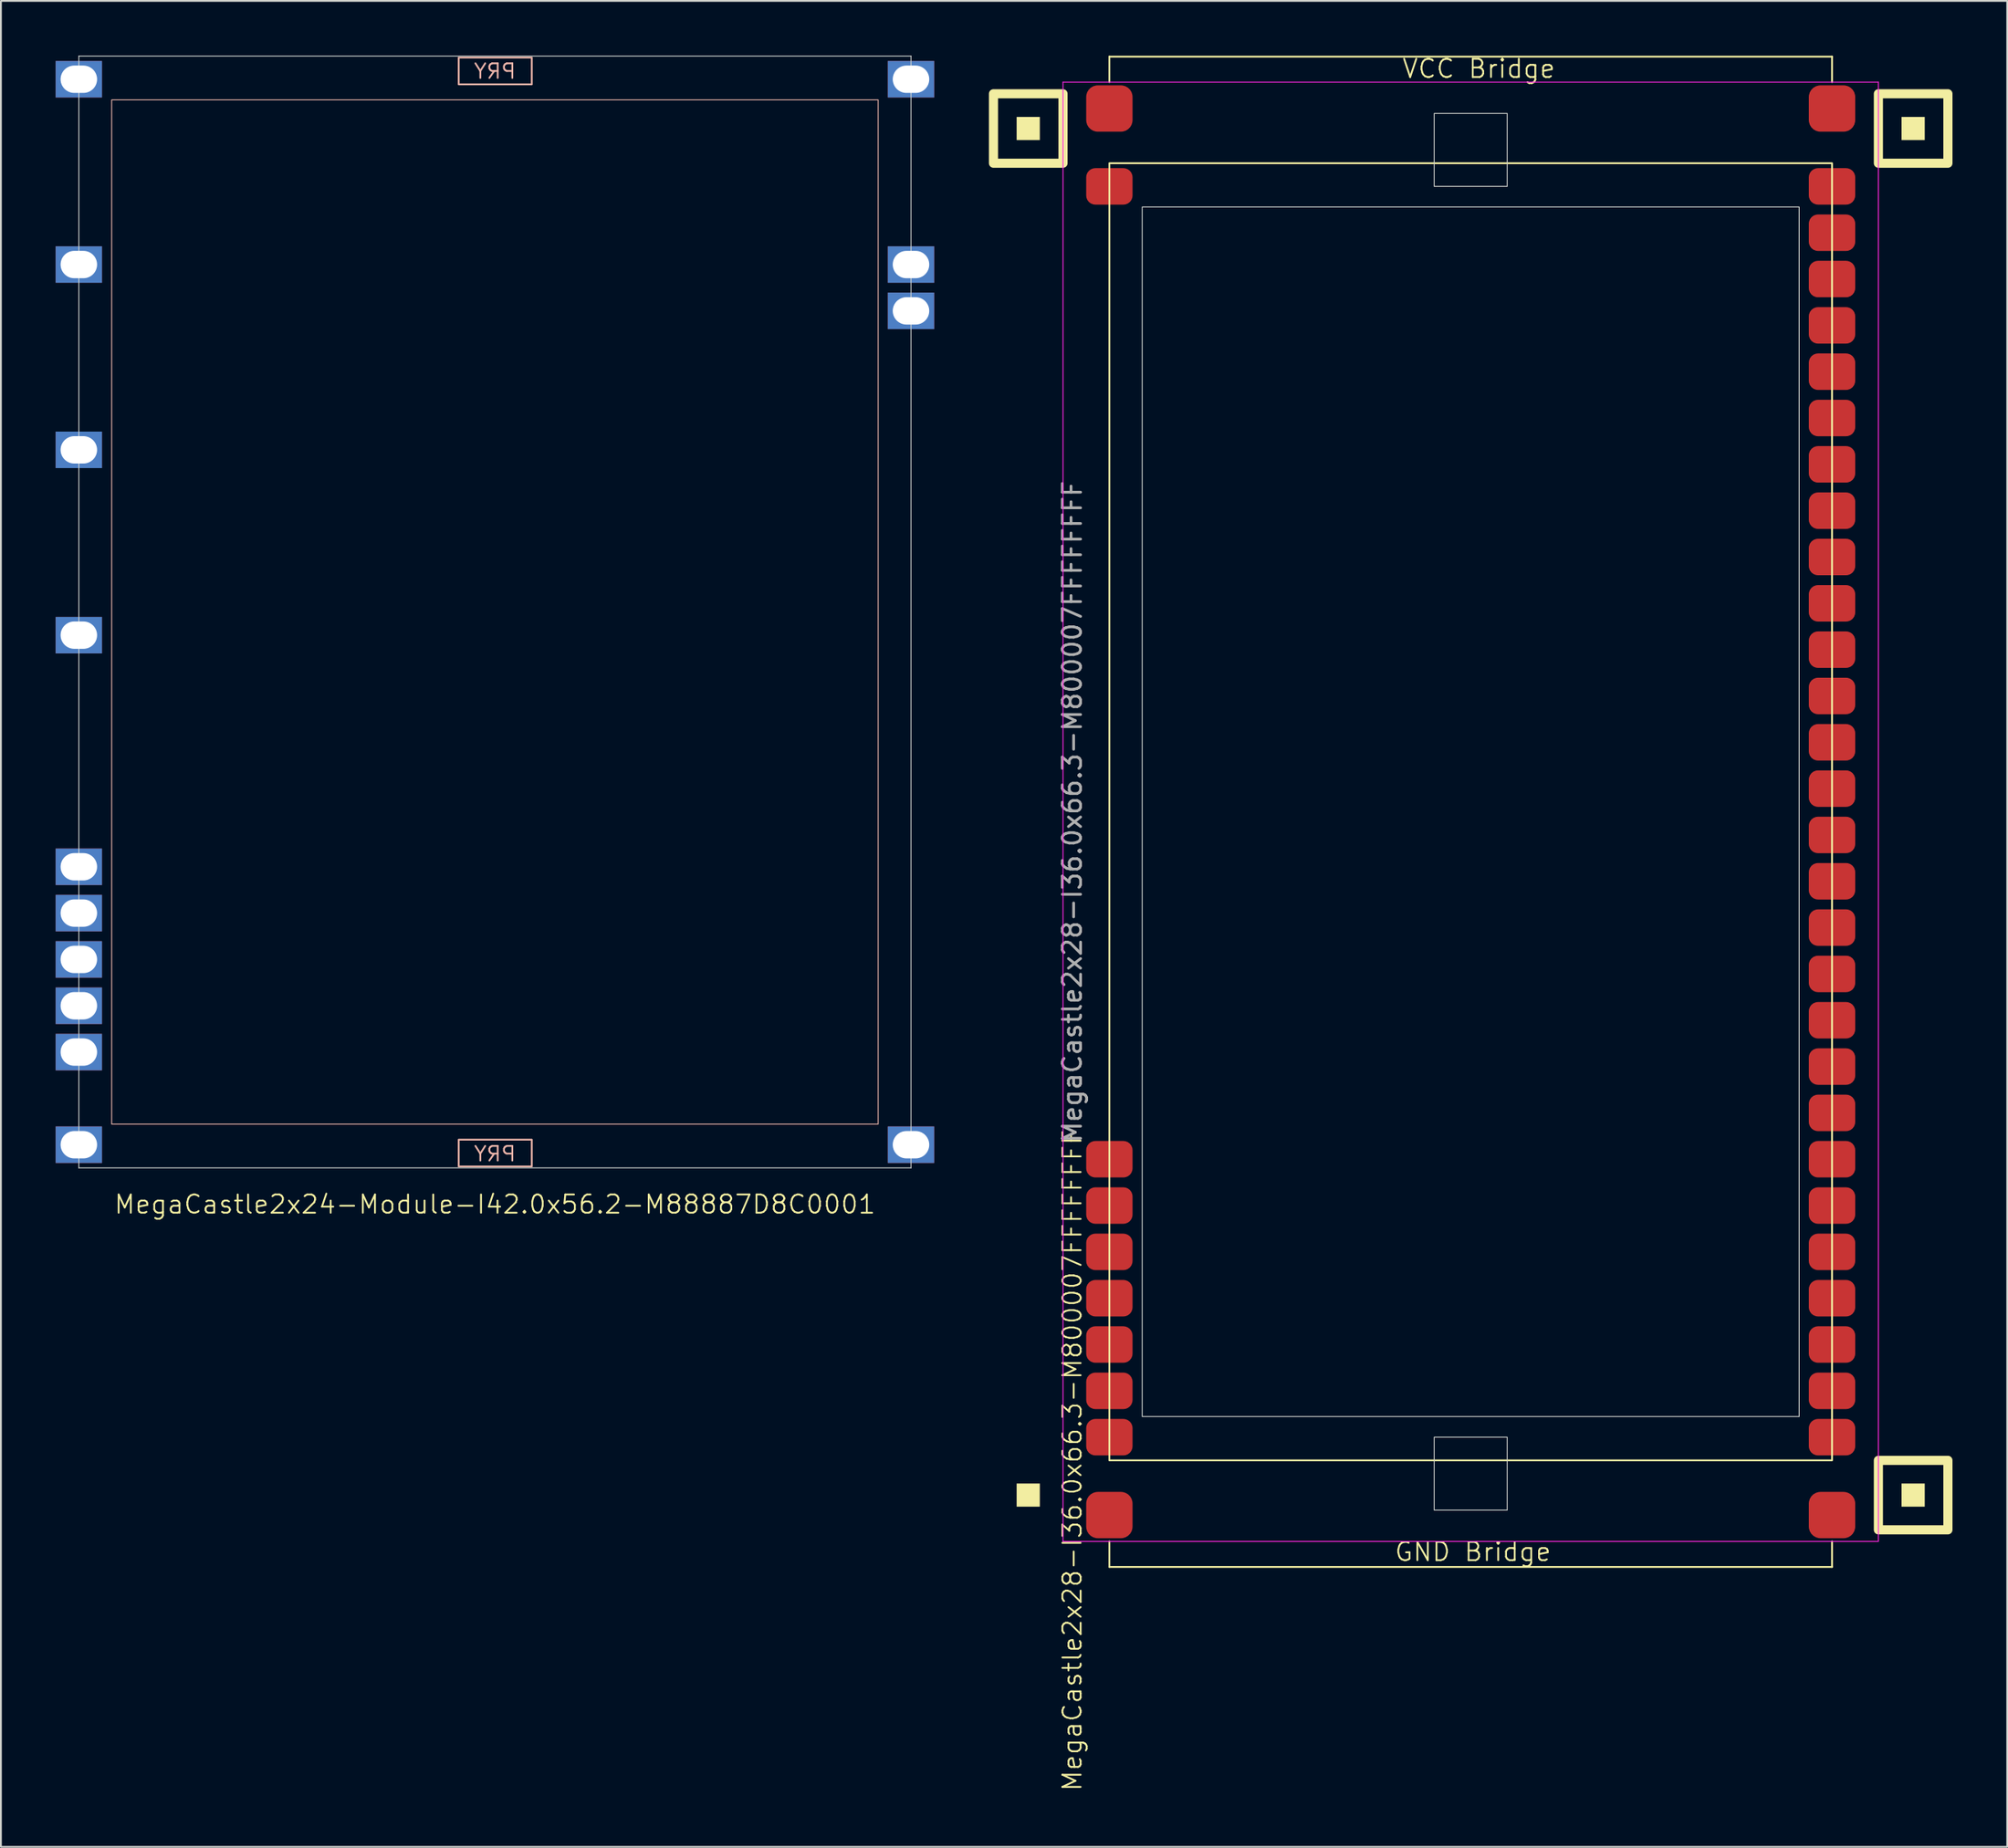
<source format=kicad_pcb>
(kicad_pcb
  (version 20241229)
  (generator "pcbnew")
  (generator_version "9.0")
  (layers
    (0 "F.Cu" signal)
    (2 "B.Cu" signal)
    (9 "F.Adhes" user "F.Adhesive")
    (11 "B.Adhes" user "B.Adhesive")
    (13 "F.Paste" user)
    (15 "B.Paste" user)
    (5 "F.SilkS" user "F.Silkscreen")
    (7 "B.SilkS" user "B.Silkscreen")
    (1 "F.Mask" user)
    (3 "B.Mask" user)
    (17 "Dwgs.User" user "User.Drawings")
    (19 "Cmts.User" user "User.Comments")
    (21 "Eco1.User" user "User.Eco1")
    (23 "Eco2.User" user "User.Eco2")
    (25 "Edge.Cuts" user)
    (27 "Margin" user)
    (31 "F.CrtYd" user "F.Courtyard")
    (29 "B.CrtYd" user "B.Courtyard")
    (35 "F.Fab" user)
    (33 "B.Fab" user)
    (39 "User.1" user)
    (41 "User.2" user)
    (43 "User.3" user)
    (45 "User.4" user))
  (footprint "MegaCastle2x28-I36.0x66.3-M800007FFFFFFFF"
    (layer "F.Cu")
    (at 77.54 41.46)
    (property "Reference" "MegaCastle2x28-I36.0x66.3-M800007FFFFFFFF" (at -21.832 35.56 90) (unlocked yes) (layer "F.SilkS") (effects (font (size 1 1) (thickness 0.1))))
    (attr smd)
    (fp_line (start -19.8 -41.405) (end 19.8 -41.405) (stroke (width 0.1) (type default)) (layer "F.SilkS"))
    (fp_line (start -19.8 -40.005) (end -19.8 -41.405) (stroke (width 0.1) (type default)) (layer "F.SilkS"))
    (fp_line (start -19.8 40.005) (end -19.8 41.405) (stroke (width 0.1) (type default)) (layer "F.SilkS"))
    (fp_line (start -19.8 41.405) (end 19.8 41.405) (stroke (width 0.1) (type default)) (layer "F.SilkS"))
    (fp_line (start 19.8 -40.005) (end 19.8 -41.405) (stroke (width 0.1) (type default)) (layer "F.SilkS"))
    (fp_line (start 19.8 40.005) (end 19.8 41.405) (stroke (width 0.1) (type default)) (layer "F.SilkS"))
    (fp_rect (start -23.61 -36.83) (end -24.88 -38.1) (stroke (width 0) (type solid)) (fill yes) (layer "F.SilkS"))
    (fp_rect (start -23.61 38.1) (end -24.88 36.83) (stroke (width 0) (type solid)) (fill yes) (layer "F.SilkS"))
    (fp_rect (start -22.34 -35.56) (end -26.15 -39.37) (stroke (width 0.5) (type default)) (fill no) (layer "F.SilkS"))
    (fp_rect (start -19.8 -35.56) (end 19.8 35.56) (stroke (width 0.1) (type default)) (fill no) (layer "F.SilkS"))
    (fp_rect (start 24.88 -36.83) (end 23.61 -38.1) (stroke (width 0) (type solid)) (fill yes) (layer "F.SilkS"))
    (fp_rect (start 24.88 38.1) (end 23.61 36.83) (stroke (width 0) (type solid)) (fill yes) (layer "F.SilkS"))
    (fp_rect (start 26.15 -35.56) (end 22.34 -39.37) (stroke (width 0.5) (type default)) (fill no) (layer "F.SilkS"))
    (fp_rect (start 26.15 39.37) (end 22.34 35.56) (stroke (width 0.5) (type default)) (fill no) (layer "F.SilkS"))
    (fp_rect (start -18 -33.16) (end 18 33.16) (stroke (width 0.05) (type default)) (fill no) (layer "Edge.Cuts"))
    (fp_rect (start -2 -34.29) (end 2 -38.29) (stroke (width 0.05) (type default)) (fill no) (layer "Edge.Cuts"))
    (fp_rect (start -2 34.29) (end 2 38.29) (stroke (width 0.05) (type default)) (fill no) (layer "Edge.Cuts"))
    (fp_line (start -22.34 -40.005) (end -22.34 40.005) (stroke (width 0.05) (type default)) (layer "F.CrtYd"))
    (fp_line (start -22.34 40.005) (end 22.34 40.005) (stroke (width 0.05) (type default)) (layer "F.CrtYd"))
    (fp_line (start 22.34 -40.005) (end -22.34 -40.005) (stroke (width 0.05) (type default)) (layer "F.CrtYd"))
    (fp_line (start 22.34 -40.005) (end 22.34 40.005) (stroke (width 0.05) (type default)) (layer "F.CrtYd"))
    (fp_text user "VCC Bridge" (at -3.81 -40.16 0) (unlocked yes) (layer "F.SilkS") (effects (font (size 1 1) (thickness 0.1)) (justify left bottom)))
    (fp_text user "GND Bridge" (at -4.226 41.16 0) (unlocked yes) (layer "F.SilkS") (effects (font (size 1 1) (thickness 0.1)) (justify left bottom)))
    (fp_text user "${REFERENCE}" (at -21.832 0 90) (unlocked yes) (layer "F.Fab") (effects (font (size 1 1) (thickness 0.15))))
    (pad "1" smd roundrect (at -19.8 -34.29) (size 2.54 2) (layers "F.Cu" "F.Mask" "F.Paste") (roundrect_rratio 0.25))
    (pad "22" smd roundrect (at -19.8 19.05) (size 2.54 2) (layers "F.Cu" "F.Mask" "F.Paste") (roundrect_rratio 0.25))
    (pad "23" smd roundrect (at -19.8 21.59) (size 2.54 2) (layers "F.Cu" "F.Mask" "F.Paste") (roundrect_rratio 0.25))
    (pad "24" smd roundrect (at -19.8 24.13) (size 2.54 2) (layers "F.Cu" "F.Mask" "F.Paste") (roundrect_rratio 0.25))
    (pad "25" smd roundrect (at -19.8 26.67) (size 2.54 2) (layers "F.Cu" "F.Mask" "F.Paste") (roundrect_rratio 0.25))
    (pad "26" smd roundrect (at -19.8 29.21) (size 2.54 2) (layers "F.Cu" "F.Mask" "F.Paste") (roundrect_rratio 0.25))
    (pad "27" smd roundrect (at -19.8 31.75) (size 2.54 2) (layers "F.Cu" "F.Mask" "F.Paste") (roundrect_rratio 0.25))
    (pad "28" smd roundrect (at -19.8 34.29) (size 2.54 2) (layers "F.Cu" "F.Mask" "F.Paste") (roundrect_rratio 0.25))
    (pad "29" smd roundrect (at 19.8 -34.29) (size 2.54 2) (layers "F.Cu" "F.Mask" "F.Paste") (roundrect_rratio 0.25))
    (pad "30" smd roundrect (at 19.8 -31.75) (size 2.54 2) (layers "F.Cu" "F.Mask" "F.Paste") (roundrect_rratio 0.25))
    (pad "31" smd roundrect (at 19.8 -29.21) (size 2.54 2) (layers "F.Cu" "F.Mask" "F.Paste") (roundrect_rratio 0.25))
    (pad "32" smd roundrect (at 19.8 -26.67) (size 2.54 2) (layers "F.Cu" "F.Mask" "F.Paste") (roundrect_rratio 0.25))
    (pad "33" smd roundrect (at 19.8 -24.13) (size 2.54 2) (layers "F.Cu" "F.Mask" "F.Paste") (roundrect_rratio 0.25))
    (pad "34" smd roundrect (at 19.8 -21.59) (size 2.54 2) (layers "F.Cu" "F.Mask" "F.Paste") (roundrect_rratio 0.25))
    (pad "35" smd roundrect (at 19.8 -19.05) (size 2.54 2) (layers "F.Cu" "F.Mask" "F.Paste") (roundrect_rratio 0.25))
    (pad "36" smd roundrect (at 19.8 -16.51) (size 2.54 2) (layers "F.Cu" "F.Mask" "F.Paste") (roundrect_rratio 0.25))
    (pad "37" smd roundrect (at 19.8 -13.97) (size 2.54 2) (layers "F.Cu" "F.Mask" "F.Paste") (roundrect_rratio 0.25))
    (pad "38" smd roundrect (at 19.8 -11.43) (size 2.54 2) (layers "F.Cu" "F.Mask" "F.Paste") (roundrect_rratio 0.25))
    (pad "39" smd roundrect (at 19.8 -8.89) (size 2.54 2) (layers "F.Cu" "F.Mask" "F.Paste") (roundrect_rratio 0.25))
    (pad "40" smd roundrect (at 19.8 -6.35) (size 2.54 2) (layers "F.Cu" "F.Mask" "F.Paste") (roundrect_rratio 0.25))
    (pad "41" smd roundrect (at 19.8 -3.81) (size 2.54 2) (layers "F.Cu" "F.Mask" "F.Paste") (roundrect_rratio 0.25))
    (pad "42" smd roundrect (at 19.8 -1.27) (size 2.54 2) (layers "F.Cu" "F.Mask" "F.Paste") (roundrect_rratio 0.25))
    (pad "43" smd roundrect (at 19.8 1.27) (size 2.54 2) (layers "F.Cu" "F.Mask" "F.Paste") (roundrect_rratio 0.25))
    (pad "44" smd roundrect (at 19.8 3.81) (size 2.54 2) (layers "F.Cu" "F.Mask" "F.Paste") (roundrect_rratio 0.25))
    (pad "45" smd roundrect (at 19.8 6.35) (size 2.54 2) (layers "F.Cu" "F.Mask" "F.Paste") (roundrect_rratio 0.25))
    (pad "46" smd roundrect (at 19.8 8.89) (size 2.54 2) (layers "F.Cu" "F.Mask" "F.Paste") (roundrect_rratio 0.25))
    (pad "47" smd roundrect (at 19.8 11.43) (size 2.54 2) (layers "F.Cu" "F.Mask" "F.Paste") (roundrect_rratio 0.25))
    (pad "48" smd roundrect (at 19.8 13.97) (size 2.54 2) (layers "F.Cu" "F.Mask" "F.Paste") (roundrect_rratio 0.25))
    (pad "49" smd roundrect (at 19.8 16.51) (size 2.54 2) (layers "F.Cu" "F.Mask" "F.Paste") (roundrect_rratio 0.25))
    (pad "50" smd roundrect (at 19.8 19.05) (size 2.54 2) (layers "F.Cu" "F.Mask" "F.Paste") (roundrect_rratio 0.25))
    (pad "51" smd roundrect (at 19.8 21.59) (size 2.54 2) (layers "F.Cu" "F.Mask" "F.Paste") (roundrect_rratio 0.25))
    (pad "52" smd roundrect (at 19.8 24.13) (size 2.54 2) (layers "F.Cu" "F.Mask" "F.Paste") (roundrect_rratio 0.25))
    (pad "53" smd roundrect (at 19.8 26.67) (size 2.54 2) (layers "F.Cu" "F.Mask" "F.Paste") (roundrect_rratio 0.25))
    (pad "54" smd roundrect (at 19.8 29.21) (size 2.54 2) (layers "F.Cu" "F.Mask" "F.Paste") (roundrect_rratio 0.25))
    (pad "55" smd roundrect (at 19.8 31.75) (size 2.54 2) (layers "F.Cu" "F.Mask" "F.Paste") (roundrect_rratio 0.25))
    (pad "56" smd roundrect (at 19.8 34.29) (size 2.54 2) (layers "F.Cu" "F.Mask" "F.Paste") (roundrect_rratio 0.25))
    (pad "A1" smd roundrect (at -19.8 -38.56) (size 2.54 2.54) (layers "F.Cu" "F.Mask" "F.Paste") (roundrect_rratio 0.25))
    (pad "A2" smd roundrect (at 19.8 -38.56) (size 2.54 2.54) (layers "F.Cu" "F.Mask" "F.Paste") (roundrect_rratio 0.25))
    (pad "B1" smd roundrect (at -19.8 38.56) (size 2.54 2.54) (layers "F.Cu" "F.Mask" "F.Paste") (roundrect_rratio 0.25))
    (pad "B2" smd roundrect (at 19.8 38.56) (size 2.54 2.54) (layers "F.Cu" "F.Mask" "F.Paste") (roundrect_rratio 0.25)))
  (footprint "MegaCastle2x24-Module-I42.0x56.2-M88887D8C0001"
    (layer "F.Cu")
    (at 24.07 30.505)
    (property "Reference" "MegaCastle2x24-Module-I42.0x56.2-M88887D8C0001" (at 0 32.48 0) (unlocked yes) (layer "F.SilkS") (effects (font (size 1 1) (thickness 0.1))))
    (attr smd)
    (fp_rect (start -21 28.08) (end 21 -28.08) (stroke (width 0.05) (type default)) (fill no) (layer "B.SilkS"))
    (fp_rect (start -1.984 -28.931) (end 2.02 -30.4) (stroke (width 0.1) (type default)) (fill no) (layer "B.SilkS"))
    (fp_rect (start -1.984 28.931) (end 2.02 30.4) (stroke (width 0.1) (type default)) (fill no) (layer "B.SilkS"))
    (fp_line (start -22.8 -30.48) (end -22.8 30.48) (stroke (width 0.05) (type default)) (layer "Edge.Cuts"))
    (fp_line (start -22.8 -30.48) (end 22.8 -30.48) (stroke (width 0.05) (type default)) (layer "Edge.Cuts"))
    (fp_line (start -22.8 30.48) (end 22.8 30.48) (stroke (width 0.05) (type default)) (layer "Edge.Cuts"))
    (fp_line (start 22.8 -30.48) (end 22.8 30.48) (stroke (width 0.05) (type default)) (layer "Edge.Cuts"))
    (fp_text user "PRY" (at 0 -29.18 0) (unlocked yes) (layer "B.SilkS") (effects (font (size 0.8 0.8) (thickness 0.1)) (justify bottom mirror)))
    (fp_text user "PRY" (at 0 30.18 0) (unlocked yes) (layer "B.SilkS") (effects (font (size 0.8 0.8) (thickness 0.1)) (justify bottom mirror)))
    (pad "1" thru_hole rect (at -22.8 -29.21) (size 2.54 2) (drill oval 2 1.5) (property pad_prop_castellated) (layers "*.Cu" "*.Mask"))
    (pad "5" thru_hole rect (at -22.8 -19.05) (size 2.54 2) (drill oval 2 1.5) (property pad_prop_castellated) (layers "*.Cu" "*.Mask"))
    (pad "9" thru_hole rect (at -22.8 -8.89) (size 2.54 2) (drill oval 2 1.5) (property pad_prop_castellated) (layers "*.Cu" "*.Mask"))
    (pad "13" thru_hole rect (at -22.8 1.27) (size 2.54 2) (drill oval 2 1.5) (property pad_prop_castellated) (layers "*.Cu" "*.Mask"))
    (pad "18" thru_hole rect (at -22.8 13.97) (size 2.54 2) (drill oval 2 1.5) (property pad_prop_castellated) (layers "*.Cu" "*.Mask"))
    (pad "19" thru_hole rect (at -22.8 16.51) (size 2.54 2) (drill oval 2 1.5) (property pad_prop_castellated) (layers "*.Cu" "*.Mask"))
    (pad "20" thru_hole rect (at -22.8 19.05) (size 2.54 2) (drill oval 2 1.5) (property pad_prop_castellated) (layers "*.Cu" "*.Mask"))
    (pad "21" thru_hole rect (at -22.8 21.59) (size 2.54 2) (drill oval 2 1.5) (property pad_prop_castellated) (layers "*.Cu" "*.Mask"))
    (pad "22" thru_hole rect (at -22.8 24.13) (size 2.54 2) (drill oval 2 1.5) (property pad_prop_castellated) (layers "*.Cu" "*.Mask"))
    (pad "24" thru_hole rect (at -22.8 29.21) (size 2.54 2) (drill oval 2 1.5) (property pad_prop_castellated) (layers "*.Cu" "*.Mask"))
    (pad "25" thru_hole rect (at 22.8 -29.21) (size 2.54 2) (drill oval 2 1.5) (property pad_prop_castellated) (layers "*.Cu" "*.Mask"))
    (pad "29" thru_hole rect (at 22.8 -19.05) (size 2.54 2) (drill oval 2 1.5) (property pad_prop_castellated) (layers "*.Cu" "*.Mask"))
    (pad "30" thru_hole rect (at 22.8 -16.51) (size 2.54 2) (drill oval 2 1.5) (property pad_prop_castellated) (layers "*.Cu" "*.Mask"))
    (pad "48" thru_hole rect (at 22.8 29.21) (size 2.54 2) (drill oval 2 1.5) (property pad_prop_castellated) (layers "*.Cu" "*.Mask"))
    (zone (net_name "") (layer "B.Cu") (hatch edge 0.5) (connect_pads) (min_thickness 0.25) (filled_areas_thickness no) (keepout (tracks allowed) (vias allowed) (pads allowed) (copperpour allowed) (footprints not_allowed)) (placement (enabled no)) (fill) (polygon (pts (xy 1.27 60.985) (xy 1.27 0.025) (xy 3.07 0.025) (xy 3.07 60.985))))
    (zone (net_name "") (layer "B.Cu") (hatch edge 0.5) (connect_pads) (min_thickness 0.25) (filled_areas_thickness no) (keepout (tracks allowed) (vias allowed) (pads allowed) (copperpour allowed) (footprints not_allowed)) (placement (enabled no)) (fill) (polygon (pts (xy 3.07 0.025) (xy 3.07 2.425) (xy 45.07 2.425) (xy 45.07 0.025))))
    (zone (net_name "") (layer "B.Cu") (hatch edge 0.5) (connect_pads) (min_thickness 0.25) (filled_areas_thickness no) (keepout (tracks allowed) (vias allowed) (pads allowed) (copperpour allowed) (footprints not_allowed)) (placement (enabled no)) (fill) (polygon (pts (xy 3.07 60.985) (xy 3.07 58.585) (xy 45.07 58.585) (xy 45.07 60.985))))
    (zone (net_name "") (layer "B.Cu") (name "Upper Pry Zone") (hatch edge 0.5) (connect_pads) (min_thickness 0.25) (filled_areas_thickness no) (keepout (tracks not_allowed) (vias not_allowed) (pads not_allowed) (copperpour allowed) (footprints not_allowed)) (placement (enabled no)) (fill) (polygon (pts (xy 22.086 1.574) (xy 22.086 0.105) (xy 26.09 0.105) (xy 26.09 1.574))))
    (zone (net_name "") (layer "B.Cu") (name "Upper Pry Zone") (hatch edge 0.5) (connect_pads) (min_thickness 0.25) (filled_areas_thickness no) (keepout (tracks not_allowed) (vias not_allowed) (pads not_allowed) (copperpour allowed) (footprints not_allowed)) (placement (enabled no)) (fill) (polygon (pts (xy 22.086 59.436) (xy 22.086 60.905) (xy 26.09 60.905) (xy 26.09 59.436))))
    (zone (net_name "") (layer "B.Cu") (hatch edge 0.5) (connect_pads) (min_thickness 0.25) (filled_areas_thickness no) (keepout (tracks allowed) (vias allowed) (pads allowed) (copperpour allowed) (footprints not_allowed)) (placement (enabled no)) (fill) (polygon (pts (xy 46.87 60.985) (xy 46.87 0.025) (xy 45.07 0.025) (xy 45.07 60.985)))))
  (gr_rect
    (start -3 -3)
    (end 106.94 98.213)
    (stroke (width 0.1) (type default))
    (fill no)
    (layer "Edge.Cuts")))
</source>
